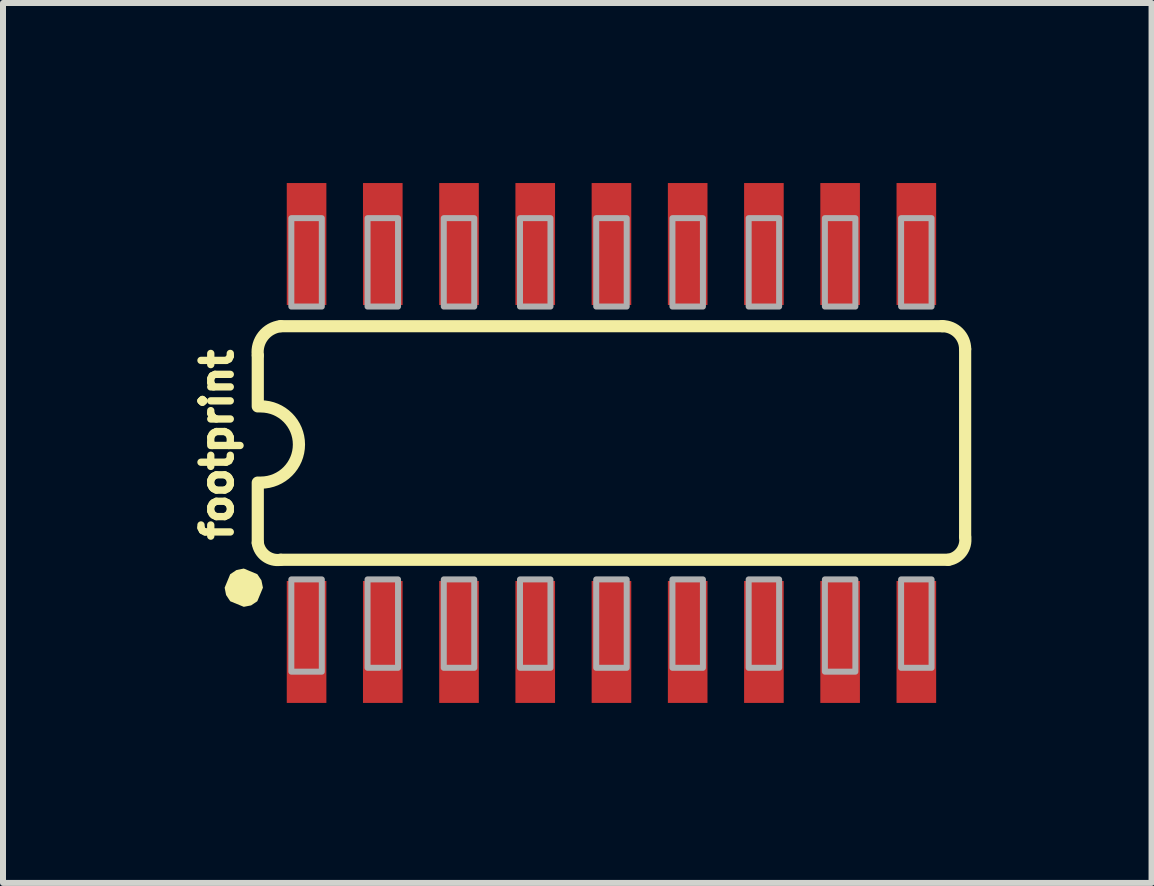
<source format=kicad_pcb>
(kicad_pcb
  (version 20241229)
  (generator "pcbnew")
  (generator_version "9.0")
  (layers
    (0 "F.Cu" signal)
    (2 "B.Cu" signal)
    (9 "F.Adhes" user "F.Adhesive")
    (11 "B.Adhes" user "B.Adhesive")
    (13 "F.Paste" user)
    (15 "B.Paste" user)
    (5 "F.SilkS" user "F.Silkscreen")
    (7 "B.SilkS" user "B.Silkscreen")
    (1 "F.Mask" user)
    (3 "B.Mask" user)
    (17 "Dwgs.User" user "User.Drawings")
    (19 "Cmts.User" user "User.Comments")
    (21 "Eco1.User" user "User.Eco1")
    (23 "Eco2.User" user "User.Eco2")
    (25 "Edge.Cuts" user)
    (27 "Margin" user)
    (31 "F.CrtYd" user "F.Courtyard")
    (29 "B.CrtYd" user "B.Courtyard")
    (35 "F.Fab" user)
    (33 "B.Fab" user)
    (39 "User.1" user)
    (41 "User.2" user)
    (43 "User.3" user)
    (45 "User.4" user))
  (footprint "footprint"
    (layer "F.Cu")
    (at 9.743 4.361)
    (property "Reference" "footprint" (at -8.89 0 90) (layer "F.SilkS") (effects (font (size 0.488 0.488) (thickness 0.122)) (justify bottom)))
    (fp_line (start -8.498 -1.483) (end -8.498 -0.64) (stroke (width 0.203) (type solid)) (layer "F.SilkS"))
    (fp_line (start -8.498 1.635) (end -8.498 0.63) (stroke (width 0.203) (type solid)) (layer "F.SilkS"))
    (fp_line (start -8.117 1.916) (end 3.007 1.916) (stroke (width 0.203) (type solid)) (layer "F.SilkS"))
    (fp_line (start 2.907 -1.976) (end -8.117 -1.976) (stroke (width 0.203) (type solid)) (layer "F.SilkS"))
    (fp_line (start 3.288 1.535) (end 3.288 -1.595) (stroke (width 0.203) (type solid)) (layer "F.SilkS"))
    (fp_arc (start -8.4978 -1.4953) (mid -8.406948 -1.814731) (end -8.1168 -1.9763) (stroke (width 0.2032) (type solid)) (layer "F.SilkS"))
    (fp_arc (start -8.447 -0.6396) (mid -7.812 -0.0046) (end -8.447 0.6304) (stroke (width 0.2032) (type solid)) (layer "F.SilkS"))
    (fp_arc (start -8.116799 1.916301) (mid -8.36554 1.854767) (end -8.4978 1.6353) (stroke (width 0.2032) (type solid)) (layer "F.SilkS"))
    (fp_arc (start 2.9068 -1.9763) (mid 3.176237 -1.864736) (end 3.2878 -1.595298) (stroke (width 0.2032) (type solid)) (layer "F.SilkS"))
    (fp_arc (start 3.2878 1.5353) (mid 3.226208 1.783997) (end 3.0068 1.9163) (stroke (width 0.2032) (type solid)) (layer "F.SilkS"))
    (fp_poly (pts (xy -8.506 2.156) (xy -8.437 2.259) (xy -8.412 2.381) (xy -8.506 2.607) (xy -8.609 2.676) (xy -8.731 2.7) (xy -8.957 2.607) (xy -9.026 2.503) (xy -9.05 2.381) (xy -8.957 2.156) (xy -8.853 2.087) (xy -8.731 2.062)) (stroke (width 0) (type solid)) (fill yes) (layer "F.SilkS"))
    (fp_poly (pts (xy -7.939 -2.303) (xy -7.431 -2.303) (xy -7.431 -3.776) (xy -7.939 -3.776)) (stroke (width 0.1) (type solid)) (fill no) (layer "F.Fab"))
    (fp_poly (pts (xy -7.939 3.78) (xy -7.431 3.78) (xy -7.431 2.243) (xy -7.939 2.243)) (stroke (width 0.1) (type solid)) (fill no) (layer "F.Fab"))
    (fp_poly (pts (xy -6.669 -2.303) (xy -6.161 -2.303) (xy -6.161 -3.776) (xy -6.669 -3.776)) (stroke (width 0.1) (type solid)) (fill no) (layer "F.Fab"))
    (fp_poly (pts (xy -6.669 3.716) (xy -6.161 3.716) (xy -6.161 2.243) (xy -6.669 2.243)) (stroke (width 0.1) (type solid)) (fill no) (layer "F.Fab"))
    (fp_poly (pts (xy -5.399 -2.303) (xy -4.891 -2.303) (xy -4.891 -3.776) (xy -5.399 -3.776)) (stroke (width 0.1) (type solid)) (fill no) (layer "F.Fab"))
    (fp_poly (pts (xy -5.399 3.716) (xy -4.891 3.716) (xy -4.891 2.243) (xy -5.399 2.243)) (stroke (width 0.1) (type solid)) (fill no) (layer "F.Fab"))
    (fp_poly (pts (xy -4.129 -2.303) (xy -3.621 -2.303) (xy -3.621 -3.776) (xy -4.129 -3.776)) (stroke (width 0.1) (type solid)) (fill no) (layer "F.Fab"))
    (fp_poly (pts (xy -4.129 3.716) (xy -3.621 3.716) (xy -3.621 2.243) (xy -4.129 2.243)) (stroke (width 0.1) (type solid)) (fill no) (layer "F.Fab"))
    (fp_poly (pts (xy -2.859 -2.303) (xy -2.351 -2.303) (xy -2.351 -3.776) (xy -2.859 -3.776)) (stroke (width 0.1) (type solid)) (fill no) (layer "F.Fab"))
    (fp_poly (pts (xy -2.859 3.716) (xy -2.351 3.716) (xy -2.351 2.243) (xy -2.859 2.243)) (stroke (width 0.1) (type solid)) (fill no) (layer "F.Fab"))
    (fp_poly (pts (xy -1.589 -2.303) (xy -1.081 -2.303) (xy -1.081 -3.776) (xy -1.589 -3.776)) (stroke (width 0.1) (type solid)) (fill no) (layer "F.Fab"))
    (fp_poly (pts (xy -1.589 3.716) (xy -1.081 3.716) (xy -1.081 2.243) (xy -1.589 2.243)) (stroke (width 0.1) (type solid)) (fill no) (layer "F.Fab"))
    (fp_poly (pts (xy -0.319 -2.303) (xy 0.189 -2.303) (xy 0.189 -3.776) (xy -0.319 -3.776)) (stroke (width 0.1) (type solid)) (fill no) (layer "F.Fab"))
    (fp_poly (pts (xy -0.319 3.716) (xy 0.189 3.716) (xy 0.189 2.243) (xy -0.319 2.243)) (stroke (width 0.1) (type solid)) (fill no) (layer "F.Fab"))
    (fp_poly (pts (xy 0.951 -2.303) (xy 1.459 -2.303) (xy 1.459 -3.776) (xy 0.951 -3.776)) (stroke (width 0.1) (type solid)) (fill no) (layer "F.Fab"))
    (fp_poly (pts (xy 0.951 3.78) (xy 1.459 3.78) (xy 1.459 2.243) (xy 0.951 2.243)) (stroke (width 0.1) (type solid)) (fill no) (layer "F.Fab"))
    (fp_poly (pts (xy 2.221 -2.303) (xy 2.729 -2.303) (xy 2.729 -3.776) (xy 2.221 -3.776)) (stroke (width 0.1) (type solid)) (fill no) (layer "F.Fab"))
    (fp_poly (pts (xy 2.221 3.716) (xy 2.729 3.716) (xy 2.729 2.243) (xy 2.221 2.243)) (stroke (width 0.1) (type solid)) (fill no) (layer "F.Fab"))
    (pad "1" smd rect (at -7.685 3.285) (size 0.66 2.032) (layers "F.Cu" "F.Mask" "F.Paste"))
    (pad "2" smd rect (at -6.415 3.285) (size 0.66 2.032) (layers "F.Cu" "F.Mask" "F.Paste"))
    (pad "3" smd rect (at -5.145 3.285) (size 0.66 2.032) (layers "F.Cu" "F.Mask" "F.Paste"))
    (pad "4" smd rect (at -3.875 3.285) (size 0.66 2.032) (layers "F.Cu" "F.Mask" "F.Paste"))
    (pad "5" smd rect (at -2.605 3.285) (size 0.66 2.032) (layers "F.Cu" "F.Mask" "F.Paste"))
    (pad "6" smd rect (at -1.335 3.285) (size 0.66 2.032) (layers "F.Cu" "F.Mask" "F.Paste"))
    (pad "7" smd rect (at -0.065 3.285) (size 0.66 2.032) (layers "F.Cu" "F.Mask" "F.Paste"))
    (pad "8" smd rect (at 1.205 3.285) (size 0.66 2.032) (layers "F.Cu" "F.Mask" "F.Paste"))
    (pad "9" smd rect (at 2.475 3.285) (size 0.66 2.032) (layers "F.Cu" "F.Mask" "F.Paste"))
    (pad "10" smd rect (at 2.475 -3.345) (size 0.66 2.032) (layers "F.Cu" "F.Mask" "F.Paste"))
    (pad "11" smd rect (at 1.205 -3.345) (size 0.66 2.032) (layers "F.Cu" "F.Mask" "F.Paste"))
    (pad "12" smd rect (at -0.065 -3.345) (size 0.66 2.032) (layers "F.Cu" "F.Mask" "F.Paste"))
    (pad "13" smd rect (at -1.335 -3.345) (size 0.66 2.032) (layers "F.Cu" "F.Mask" "F.Paste"))
    (pad "14" smd rect (at -2.605 -3.345) (size 0.66 2.032) (layers "F.Cu" "F.Mask" "F.Paste"))
    (pad "15" smd rect (at -3.875 -3.345) (size 0.66 2.032) (layers "F.Cu" "F.Mask" "F.Paste"))
    (pad "16" smd rect (at -5.145 -3.345) (size 0.66 2.032) (layers "F.Cu" "F.Mask" "F.Paste"))
    (pad "17" smd rect (at -6.415 -3.345) (size 0.66 2.032) (layers "F.Cu" "F.Mask" "F.Paste"))
    (pad "18" smd rect (at -7.685 -3.345) (size 0.66 2.032) (layers "F.Cu" "F.Mask" "F.Paste")))
  (gr_rect
    (start -3 -3)
    (end 16.137 11.661)
    (stroke (width 0.1) (type default))
    (fill no)
    (layer "Edge.Cuts")))
</source>
